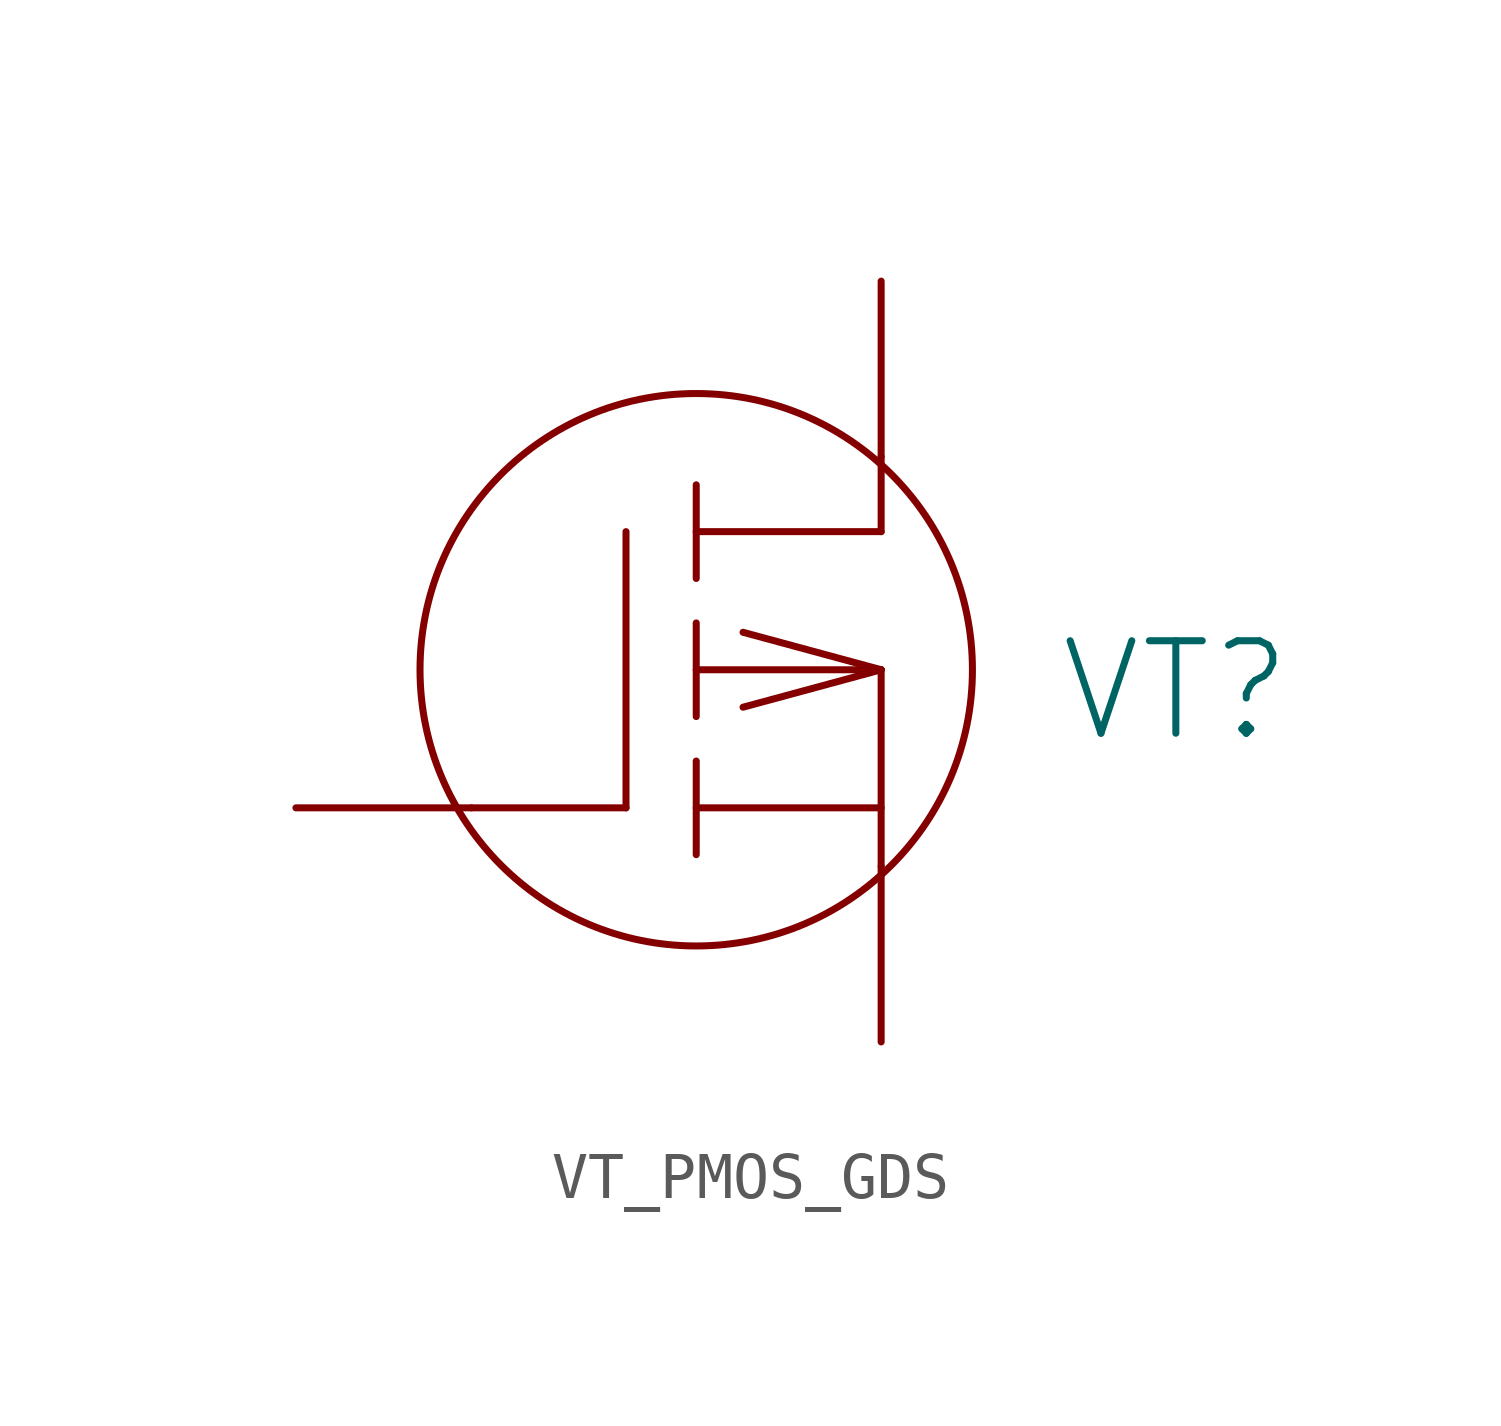
<source format=kicad_sym>
(kicad_symbol_lib
  (version 20231120)
  (generator "kicad_symbol_editor")
  (generator_version "8.0")
  (symbol "VT_PMOS_GDS"
    (pin_numbers hide)
    (pin_names
      (offset 0) hide)
    (property "Reference" "VT"
      (at 7.62 0 0)
      (effects (font (size 2.007 2.007)) (justify left)))
    (symbol "VT_PMOS_GDS_0_1"
      (circle (center -0.203 0.457) (radius 5.994) (stroke (width 0) (type solid)) (fill (type none)))
      (polyline (pts (xy -5.08 -2.54) (xy -1.727 -2.54)) (stroke (width 0) (type solid)) (fill (type none)))
      (polyline (pts (xy -1.727 -2.54) (xy -1.727 3.454)) (stroke (width 0) (type solid)) (fill (type none)))
      (polyline (pts (xy -0.203 -2.54) (xy 3.81 -2.54)) (stroke (width 0) (type solid)) (fill (type none)))
      (polyline (pts (xy -0.203 -1.524) (xy -0.203 -3.556)) (stroke (width 0) (type solid)) (fill (type none)))
      (polyline (pts (xy -0.203 0.457) (xy 3.81 0.457)) (stroke (width 0) (type solid)) (fill (type none)))
      (polyline (pts (xy -0.203 1.473) (xy -0.203 -0.559)) (stroke (width 0) (type solid)) (fill (type none)))
      (polyline (pts (xy -0.203 3.454) (xy 3.81 3.454)) (stroke (width 0) (type solid)) (fill (type none)))
      (polyline (pts (xy -0.203 4.47) (xy -0.203 2.438)) (stroke (width 0) (type solid)) (fill (type none)))
      (polyline (pts (xy 3.81 -3.81) (xy 3.81 0.457)) (stroke (width 0) (type solid)) (fill (type none)))
      (polyline (pts (xy 3.81 0.457) (xy 0.813 -0.356)) (stroke (width 0) (type solid)) (fill (type none)))
      (polyline (pts (xy 3.81 0.457) (xy 0.813 1.27)) (stroke (width 0) (type solid)) (fill (type none)))
      (polyline (pts (xy 3.81 5.08) (xy 3.81 3.454)) (stroke (width 0) (type solid)) (fill (type none))))
    (symbol "VT_PMOS_GDS_1_1"
      (pin passive line (at -8.89 -2.54 0) (length 3.81) (name "G" (effects (font (size 2.007 2.007)))) (number "1" (effects (font (size 2.007 2.007)))))
      (pin passive line (at 3.81 8.89 270) (length 3.81) (name "D" (effects (font (size 2.007 2.007)))) (number "2" (effects (font (size 2.007 2.007)))))
      (pin passive line (at 3.81 -7.62 90) (length 3.81) (name "S" (effects (font (size 2.007 2.007)))) (number "3" (effects (font (size 2.007 2.007))))))))
</source>
